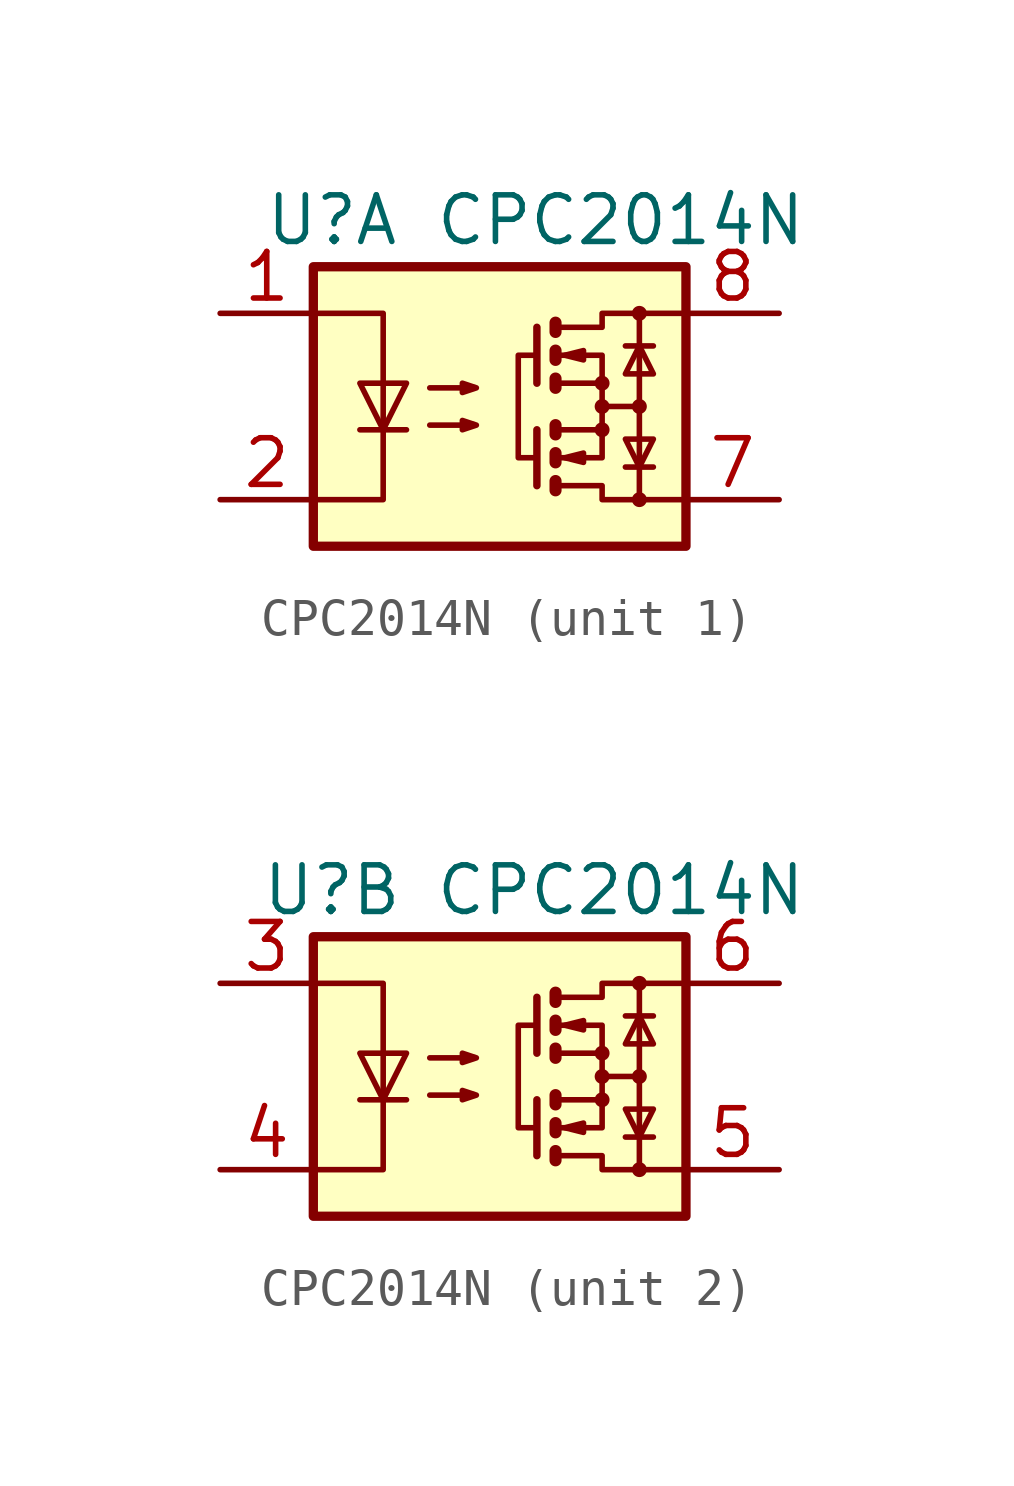
<source format=kicad_sym>
(kicad_symbol_lib
  (version 20241209)
  (generator "kicad_symbol_editor")
  (generator_version "9.0")
  (symbol "CPC2014N"
    (property "Reference" "U"
      (at -4.572 5.08 0)
      (effects (font (size 1.27 1.27))))
    (property "Value" "CPC2014N"
      (at 3.302 5.08 0)
      (effects (font (size 1.27 1.27))))
    (property "ki_locked" ""
      (at 0 0 0)
      (effects (font (size 1.27 1.27))))
    (symbol "CPC2014N_0_1"
      (rectangle (start -5.08 3.81) (end 5.08 -3.81) (stroke (width 0.254) (type default)) (fill (type background)))
      (polyline (pts (xy -5.08 2.54) (xy -3.175 2.54) (xy -3.175 -2.54) (xy -5.08 -2.54)) (stroke (width 0) (type default)) (fill (type none)))
      (polyline (pts (xy -3.81 -0.635) (xy -2.54 -0.635)) (stroke (width 0) (type default)) (fill (type none)))
      (polyline (pts (xy -3.175 -0.635) (xy -3.81 0.635) (xy -2.54 0.635) (xy -3.175 -0.635)) (stroke (width 0) (type default)) (fill (type none)))
      (polyline (pts (xy -1.905 0.508) (xy -0.635 0.508) (xy -1.016 0.381) (xy -1.016 0.635) (xy -0.635 0.508)) (stroke (width 0) (type default)) (fill (type none)))
      (polyline (pts (xy -1.905 -0.508) (xy -0.635 -0.508) (xy -1.016 -0.635) (xy -1.016 -0.381) (xy -0.635 -0.508)) (stroke (width 0) (type default)) (fill (type none)))
      (polyline (pts (xy 1.016 2.159) (xy 1.016 0.635)) (stroke (width 0.203) (type default)) (fill (type none)))
      (polyline (pts (xy 1.016 1.397) (xy 0.508 1.397) (xy 0.508 -1.397) (xy 1.016 -1.397)) (stroke (width 0) (type default)) (fill (type none)))
      (polyline (pts (xy 1.016 -0.635) (xy 1.016 -2.159)) (stroke (width 0.203) (type default)) (fill (type none)))
      (polyline (pts (xy 1.651 2.159) (xy 2.794 2.159) (xy 2.794 2.54) (xy 5.08 2.54)) (stroke (width 0) (type default)) (fill (type none)))
      (polyline (pts (xy 1.651 1.397) (xy 2.794 1.397) (xy 2.794 0.635)) (stroke (width 0) (type default)) (fill (type none)))
      (polyline (pts (xy 1.651 -0.635) (xy 2.794 -0.635) (xy 2.794 0.635) (xy 1.651 0.635)) (stroke (width 0) (type default)) (fill (type none)))
      (polyline (pts (xy 1.651 -1.397) (xy 2.794 -1.397) (xy 2.794 -0.635)) (stroke (width 0) (type default)) (fill (type none)))
      (polyline (pts (xy 1.651 -2.159) (xy 2.794 -2.159) (xy 2.794 -2.54) (xy 5.08 -2.54)) (stroke (width 0) (type default)) (fill (type none)))
      (polyline (pts (xy 1.778 1.397) (xy 2.286 1.524) (xy 2.286 1.27) (xy 1.778 1.397)) (stroke (width 0) (type default)) (fill (type none)))
      (polyline (pts (xy 1.778 -1.397) (xy 2.286 -1.27) (xy 2.286 -1.524) (xy 1.778 -1.397)) (stroke (width 0) (type default)) (fill (type none)))
      (circle (center 2.794 0.635) (radius 0.127) (stroke (width 0) (type default)) (fill (type none)))
      (polyline (pts (xy 2.794 0) (xy 3.81 0)) (stroke (width 0) (type default)) (fill (type none)))
      (circle (center 2.794 0) (radius 0.127) (stroke (width 0) (type default)) (fill (type none)))
      (circle (center 2.794 -0.635) (radius 0.127) (stroke (width 0) (type default)) (fill (type none)))
      (polyline (pts (xy 3.429 1.651) (xy 4.191 1.651)) (stroke (width 0) (type default)) (fill (type none)))
      (polyline (pts (xy 3.429 -1.651) (xy 4.191 -1.651)) (stroke (width 0) (type default)) (fill (type none)))
      (circle (center 3.81 2.54) (radius 0.127) (stroke (width 0) (type default)) (fill (type none)))
      (polyline (pts (xy 3.81 1.651) (xy 3.429 0.889) (xy 4.191 0.889) (xy 3.81 1.651)) (stroke (width 0) (type default)) (fill (type none)))
      (circle (center 3.81 0) (radius 0.127) (stroke (width 0) (type default)) (fill (type none)))
      (polyline (pts (xy 3.81 -1.651) (xy 3.429 -0.889) (xy 4.191 -0.889) (xy 3.81 -1.651)) (stroke (width 0) (type default)) (fill (type none)))
      (polyline (pts (xy 3.81 -2.54) (xy 3.81 2.54)) (stroke (width 0) (type default)) (fill (type none)))
      (circle (center 3.81 -2.54) (radius 0.127) (stroke (width 0) (type default)) (fill (type none))))
    (symbol "CPC2014N_1_1"
      (polyline (pts (xy 1.524 2.286) (xy 1.524 2.032)) (stroke (width 0.33) (type solid)) (fill (type none)))
      (polyline (pts (xy 1.524 1.524) (xy 1.524 1.27)) (stroke (width 0.33) (type solid)) (fill (type none)))
      (polyline (pts (xy 1.524 0.762) (xy 1.524 0.508)) (stroke (width 0.33) (type solid)) (fill (type none)))
      (polyline (pts (xy 1.524 -0.508) (xy 1.524 -0.762)) (stroke (width 0.33) (type solid)) (fill (type none)))
      (polyline (pts (xy 1.524 -1.27) (xy 1.524 -1.524)) (stroke (width 0.33) (type solid)) (fill (type none)))
      (polyline (pts (xy 1.524 -2.032) (xy 1.524 -2.286)) (stroke (width 0.33) (type solid)) (fill (type none)))
      (pin passive line (at -7.62 2.54 0) (length 2.54) (name "~" (effects (font (size 1.27 1.27)))) (number "1" (effects (font (size 1.27 1.27)))))
      (pin passive line (at -7.62 -2.54 0) (length 2.54) (name "~" (effects (font (size 1.27 1.27)))) (number "2" (effects (font (size 1.27 1.27)))))
      (pin passive line (at 7.62 2.54 180) (length 2.54) (name "~" (effects (font (size 1.27 1.27)))) (number "8" (effects (font (size 1.27 1.27)))))
      (pin passive line (at 7.62 -2.54 180) (length 2.54) (name "~" (effects (font (size 1.27 1.27)))) (number "7" (effects (font (size 1.27 1.27))))))
    (symbol "CPC2014N_2_1"
      (polyline (pts (xy 1.524 2.286) (xy 1.524 2.032)) (stroke (width 0.33) (type solid)) (fill (type none)))
      (polyline (pts (xy 1.524 1.524) (xy 1.524 1.27)) (stroke (width 0.33) (type solid)) (fill (type none)))
      (polyline (pts (xy 1.524 0.762) (xy 1.524 0.508)) (stroke (width 0.33) (type solid)) (fill (type none)))
      (polyline (pts (xy 1.524 -0.508) (xy 1.524 -0.762)) (stroke (width 0.33) (type solid)) (fill (type none)))
      (polyline (pts (xy 1.524 -1.27) (xy 1.524 -1.524)) (stroke (width 0.33) (type solid)) (fill (type none)))
      (polyline (pts (xy 1.524 -2.032) (xy 1.524 -2.286)) (stroke (width 0.33) (type solid)) (fill (type none)))
      (pin passive line (at -7.62 2.54 0) (length 2.54) (name "~" (effects (font (size 1.27 1.27)))) (number "3" (effects (font (size 1.27 1.27)))))
      (pin passive line (at -7.62 -2.54 0) (length 2.54) (name "~" (effects (font (size 1.27 1.27)))) (number "4" (effects (font (size 1.27 1.27)))))
      (pin passive line (at 7.62 2.54 180) (length 2.54) (name "~" (effects (font (size 1.27 1.27)))) (number "6" (effects (font (size 1.27 1.27)))))
      (pin passive line (at 7.62 -2.54 180) (length 2.54) (name "~" (effects (font (size 1.27 1.27)))) (number "5" (effects (font (size 1.27 1.27))))))))
</source>
